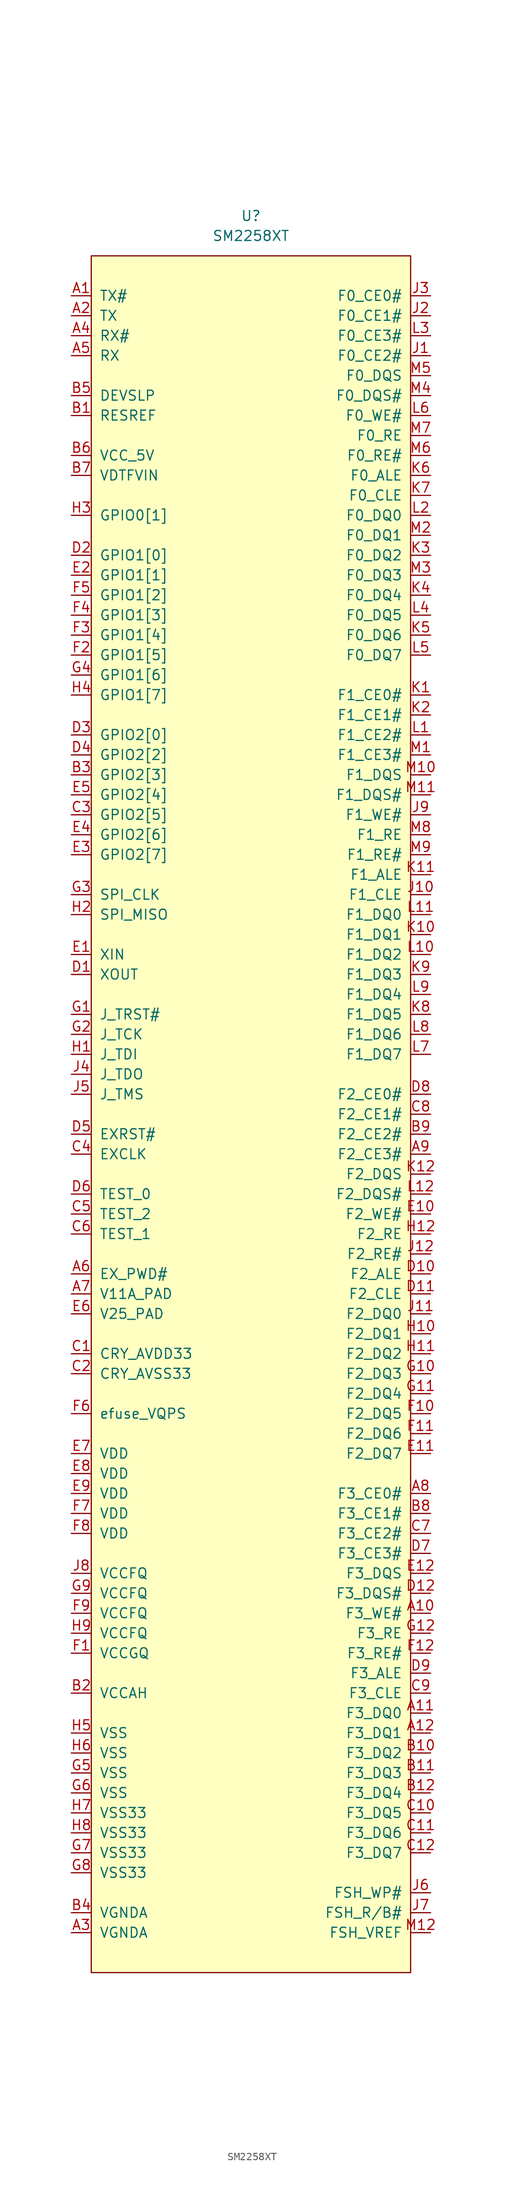
<source format=kicad_sym>
(kicad_symbol_lib
  (version 20210619)
  (generator kicad_symbol_editor)
  (symbol "symbols:SM2258XT"
    (pin_names
      (offset 1.016))
    (property "Reference" "U"
      (at 0 0 0)
      (effects (font (size 1.27 1.27))))
    (property "Value" "SM2258XT"
      (at 0 -2.54 0)
      (effects (font (size 1.27 1.27))))
    (symbol "SM2258XT_0_1"
      (rectangle (start -20.32 -5.08) (end 20.32 -223.52) (stroke (width 0)) (fill (type background))))
    (symbol "SM2258XT_1_1"
      (pin input line (at -22.86 -10.16 0) (length 2.54) (name "TX#" (effects (font (size 1.27 1.27)))) (number "A1" (effects (font (size 1.27 1.27)))))
      (pin input line (at 22.86 -177.8 180) (length 2.54) (name "F3_WE#" (effects (font (size 1.27 1.27)))) (number "A10" (effects (font (size 1.27 1.27)))))
      (pin input line (at 22.86 -190.5 180) (length 2.54) (name "F3_DQ0" (effects (font (size 1.27 1.27)))) (number "A11" (effects (font (size 1.27 1.27)))))
      (pin input line (at 22.86 -193.04 180) (length 2.54) (name "F3_DQ1" (effects (font (size 1.27 1.27)))) (number "A12" (effects (font (size 1.27 1.27)))))
      (pin input line (at -22.86 -12.7 0) (length 2.54) (name "TX" (effects (font (size 1.27 1.27)))) (number "A2" (effects (font (size 1.27 1.27)))))
      (pin input line (at -22.86 -218.44 0) (length 2.54) (name "VGNDA" (effects (font (size 1.27 1.27)))) (number "A3" (effects (font (size 1.27 1.27)))))
      (pin input line (at -22.86 -15.24 0) (length 2.54) (name "RX#" (effects (font (size 1.27 1.27)))) (number "A4" (effects (font (size 1.27 1.27)))))
      (pin input line (at -22.86 -17.78 0) (length 2.54) (name "RX" (effects (font (size 1.27 1.27)))) (number "A5" (effects (font (size 1.27 1.27)))))
      (pin input line (at -22.86 -134.62 0) (length 2.54) (name "EX_PWD#" (effects (font (size 1.27 1.27)))) (number "A6" (effects (font (size 1.27 1.27)))))
      (pin input line (at -22.86 -137.16 0) (length 2.54) (name "V11A_PAD" (effects (font (size 1.27 1.27)))) (number "A7" (effects (font (size 1.27 1.27)))))
      (pin input line (at 22.86 -162.56 180) (length 2.54) (name "F3_CE0#" (effects (font (size 1.27 1.27)))) (number "A8" (effects (font (size 1.27 1.27)))))
      (pin input line (at 22.86 -119.38 180) (length 2.54) (name "F2_CE3#" (effects (font (size 1.27 1.27)))) (number "A9" (effects (font (size 1.27 1.27)))))
      (pin input line (at -22.86 -25.4 0) (length 2.54) (name "RESREF" (effects (font (size 1.27 1.27)))) (number "B1" (effects (font (size 1.27 1.27)))))
      (pin input line (at 22.86 -195.58 180) (length 2.54) (name "F3_DQ2" (effects (font (size 1.27 1.27)))) (number "B10" (effects (font (size 1.27 1.27)))))
      (pin input line (at 22.86 -198.12 180) (length 2.54) (name "F3_DQ3" (effects (font (size 1.27 1.27)))) (number "B11" (effects (font (size 1.27 1.27)))))
      (pin input line (at 22.86 -200.66 180) (length 2.54) (name "F3_DQ4" (effects (font (size 1.27 1.27)))) (number "B12" (effects (font (size 1.27 1.27)))))
      (pin input line (at -22.86 -187.96 0) (length 2.54) (name "VCCAH" (effects (font (size 1.27 1.27)))) (number "B2" (effects (font (size 1.27 1.27)))))
      (pin input line (at -22.86 -71.12 0) (length 2.54) (name "GPIO2[3]" (effects (font (size 1.27 1.27)))) (number "B3" (effects (font (size 1.27 1.27)))))
      (pin input line (at -22.86 -215.9 0) (length 2.54) (name "VGNDA" (effects (font (size 1.27 1.27)))) (number "B4" (effects (font (size 1.27 1.27)))))
      (pin input line (at -22.86 -22.86 0) (length 2.54) (name "DEVSLP" (effects (font (size 1.27 1.27)))) (number "B5" (effects (font (size 1.27 1.27)))))
      (pin input line (at -22.86 -30.48 0) (length 2.54) (name "VCC_5V" (effects (font (size 1.27 1.27)))) (number "B6" (effects (font (size 1.27 1.27)))))
      (pin input line (at -22.86 -33.02 0) (length 2.54) (name "VDTFVIN" (effects (font (size 1.27 1.27)))) (number "B7" (effects (font (size 1.27 1.27)))))
      (pin input line (at 22.86 -165.1 180) (length 2.54) (name "F3_CE1#" (effects (font (size 1.27 1.27)))) (number "B8" (effects (font (size 1.27 1.27)))))
      (pin input line (at 22.86 -116.84 180) (length 2.54) (name "F2_CE2#" (effects (font (size 1.27 1.27)))) (number "B9" (effects (font (size 1.27 1.27)))))
      (pin input line (at -22.86 -144.78 0) (length 2.54) (name "CRY_AVDD33" (effects (font (size 1.27 1.27)))) (number "C1" (effects (font (size 1.27 1.27)))))
      (pin input line (at 22.86 -203.2 180) (length 2.54) (name "F3_DQ5" (effects (font (size 1.27 1.27)))) (number "C10" (effects (font (size 1.27 1.27)))))
      (pin input line (at 22.86 -205.74 180) (length 2.54) (name "F3_DQ6" (effects (font (size 1.27 1.27)))) (number "C11" (effects (font (size 1.27 1.27)))))
      (pin input line (at 22.86 -208.28 180) (length 2.54) (name "F3_DQ7" (effects (font (size 1.27 1.27)))) (number "C12" (effects (font (size 1.27 1.27)))))
      (pin input line (at -22.86 -147.32 0) (length 2.54) (name "CRY_AVSS33" (effects (font (size 1.27 1.27)))) (number "C2" (effects (font (size 1.27 1.27)))))
      (pin input line (at -22.86 -76.2 0) (length 2.54) (name "GPIO2[5]" (effects (font (size 1.27 1.27)))) (number "C3" (effects (font (size 1.27 1.27)))))
      (pin input line (at -22.86 -119.38 0) (length 2.54) (name "EXCLK" (effects (font (size 1.27 1.27)))) (number "C4" (effects (font (size 1.27 1.27)))))
      (pin input line (at -22.86 -127 0) (length 2.54) (name "TEST_2" (effects (font (size 1.27 1.27)))) (number "C5" (effects (font (size 1.27 1.27)))))
      (pin input line (at -22.86 -129.54 0) (length 2.54) (name "TEST_1" (effects (font (size 1.27 1.27)))) (number "C6" (effects (font (size 1.27 1.27)))))
      (pin input line (at 22.86 -167.64 180) (length 2.54) (name "F3_CE2#" (effects (font (size 1.27 1.27)))) (number "C7" (effects (font (size 1.27 1.27)))))
      (pin input line (at 22.86 -114.3 180) (length 2.54) (name "F2_CE1#" (effects (font (size 1.27 1.27)))) (number "C8" (effects (font (size 1.27 1.27)))))
      (pin input line (at 22.86 -187.96 180) (length 2.54) (name "F3_CLE" (effects (font (size 1.27 1.27)))) (number "C9" (effects (font (size 1.27 1.27)))))
      (pin input line (at -22.86 -96.52 0) (length 2.54) (name "XOUT" (effects (font (size 1.27 1.27)))) (number "D1" (effects (font (size 1.27 1.27)))))
      (pin input line (at 22.86 -134.62 180) (length 2.54) (name "F2_ALE" (effects (font (size 1.27 1.27)))) (number "D10" (effects (font (size 1.27 1.27)))))
      (pin input line (at 22.86 -137.16 180) (length 2.54) (name "F2_CLE" (effects (font (size 1.27 1.27)))) (number "D11" (effects (font (size 1.27 1.27)))))
      (pin input line (at 22.86 -175.26 180) (length 2.54) (name "F3_DQS#" (effects (font (size 1.27 1.27)))) (number "D12" (effects (font (size 1.27 1.27)))))
      (pin input line (at -22.86 -43.18 0) (length 2.54) (name "GPIO1[0]" (effects (font (size 1.27 1.27)))) (number "D2" (effects (font (size 1.27 1.27)))))
      (pin input line (at -22.86 -66.04 0) (length 2.54) (name "GPIO2[0]" (effects (font (size 1.27 1.27)))) (number "D3" (effects (font (size 1.27 1.27)))))
      (pin input line (at -22.86 -68.58 0) (length 2.54) (name "GPIO2[2]" (effects (font (size 1.27 1.27)))) (number "D4" (effects (font (size 1.27 1.27)))))
      (pin input line (at -22.86 -116.84 0) (length 2.54) (name "EXRST#" (effects (font (size 1.27 1.27)))) (number "D5" (effects (font (size 1.27 1.27)))))
      (pin input line (at -22.86 -124.46 0) (length 2.54) (name "TEST_0" (effects (font (size 1.27 1.27)))) (number "D6" (effects (font (size 1.27 1.27)))))
      (pin input line (at 22.86 -170.18 180) (length 2.54) (name "F3_CE3#" (effects (font (size 1.27 1.27)))) (number "D7" (effects (font (size 1.27 1.27)))))
      (pin input line (at 22.86 -111.76 180) (length 2.54) (name "F2_CE0#" (effects (font (size 1.27 1.27)))) (number "D8" (effects (font (size 1.27 1.27)))))
      (pin input line (at 22.86 -185.42 180) (length 2.54) (name "F3_ALE" (effects (font (size 1.27 1.27)))) (number "D9" (effects (font (size 1.27 1.27)))))
      (pin input line (at -22.86 -93.98 0) (length 2.54) (name "XIN" (effects (font (size 1.27 1.27)))) (number "E1" (effects (font (size 1.27 1.27)))))
      (pin input line (at 22.86 -127 180) (length 2.54) (name "F2_WE#" (effects (font (size 1.27 1.27)))) (number "E10" (effects (font (size 1.27 1.27)))))
      (pin input line (at 22.86 -157.48 180) (length 2.54) (name "F2_DQ7" (effects (font (size 1.27 1.27)))) (number "E11" (effects (font (size 1.27 1.27)))))
      (pin input line (at 22.86 -172.72 180) (length 2.54) (name "F3_DQS" (effects (font (size 1.27 1.27)))) (number "E12" (effects (font (size 1.27 1.27)))))
      (pin input line (at -22.86 -45.72 0) (length 2.54) (name "GPIO1[1]" (effects (font (size 1.27 1.27)))) (number "E2" (effects (font (size 1.27 1.27)))))
      (pin input line (at -22.86 -81.28 0) (length 2.54) (name "GPIO2[7]" (effects (font (size 1.27 1.27)))) (number "E3" (effects (font (size 1.27 1.27)))))
      (pin input line (at -22.86 -78.74 0) (length 2.54) (name "GPIO2[6]" (effects (font (size 1.27 1.27)))) (number "E4" (effects (font (size 1.27 1.27)))))
      (pin input line (at -22.86 -73.66 0) (length 2.54) (name "GPIO2[4]" (effects (font (size 1.27 1.27)))) (number "E5" (effects (font (size 1.27 1.27)))))
      (pin input line (at -22.86 -139.7 0) (length 2.54) (name "V25_PAD" (effects (font (size 1.27 1.27)))) (number "E6" (effects (font (size 1.27 1.27)))))
      (pin input line (at -22.86 -157.48 0) (length 2.54) (name "VDD" (effects (font (size 1.27 1.27)))) (number "E7" (effects (font (size 1.27 1.27)))))
      (pin input line (at -22.86 -160.02 0) (length 2.54) (name "VDD" (effects (font (size 1.27 1.27)))) (number "E8" (effects (font (size 1.27 1.27)))))
      (pin input line (at -22.86 -162.56 0) (length 2.54) (name "VDD" (effects (font (size 1.27 1.27)))) (number "E9" (effects (font (size 1.27 1.27)))))
      (pin input line (at -22.86 -182.88 0) (length 2.54) (name "VCCGQ" (effects (font (size 1.27 1.27)))) (number "F1" (effects (font (size 1.27 1.27)))))
      (pin input line (at 22.86 -152.4 180) (length 2.54) (name "F2_DQ5" (effects (font (size 1.27 1.27)))) (number "F10" (effects (font (size 1.27 1.27)))))
      (pin input line (at 22.86 -154.94 180) (length 2.54) (name "F2_DQ6" (effects (font (size 1.27 1.27)))) (number "F11" (effects (font (size 1.27 1.27)))))
      (pin input line (at 22.86 -182.88 180) (length 2.54) (name "F3_RE#" (effects (font (size 1.27 1.27)))) (number "F12" (effects (font (size 1.27 1.27)))))
      (pin input line (at -22.86 -55.88 0) (length 2.54) (name "GPIO1[5]" (effects (font (size 1.27 1.27)))) (number "F2" (effects (font (size 1.27 1.27)))))
      (pin input line (at -22.86 -53.34 0) (length 2.54) (name "GPIO1[4]" (effects (font (size 1.27 1.27)))) (number "F3" (effects (font (size 1.27 1.27)))))
      (pin input line (at -22.86 -50.8 0) (length 2.54) (name "GPIO1[3]" (effects (font (size 1.27 1.27)))) (number "F4" (effects (font (size 1.27 1.27)))))
      (pin input line (at -22.86 -48.26 0) (length 2.54) (name "GPIO1[2]" (effects (font (size 1.27 1.27)))) (number "F5" (effects (font (size 1.27 1.27)))))
      (pin input line (at -22.86 -152.4 0) (length 2.54) (name "efuse_VQPS" (effects (font (size 1.27 1.27)))) (number "F6" (effects (font (size 1.27 1.27)))))
      (pin input line (at -22.86 -165.1 0) (length 2.54) (name "VDD" (effects (font (size 1.27 1.27)))) (number "F7" (effects (font (size 1.27 1.27)))))
      (pin input line (at -22.86 -167.64 0) (length 2.54) (name "VDD" (effects (font (size 1.27 1.27)))) (number "F8" (effects (font (size 1.27 1.27)))))
      (pin input line (at -22.86 -177.8 0) (length 2.54) (name "VCCFQ" (effects (font (size 1.27 1.27)))) (number "F9" (effects (font (size 1.27 1.27)))))
      (pin input line (at -22.86 -101.6 0) (length 2.54) (name "J_TRST#" (effects (font (size 1.27 1.27)))) (number "G1" (effects (font (size 1.27 1.27)))))
      (pin input line (at 22.86 -147.32 180) (length 2.54) (name "F2_DQ3" (effects (font (size 1.27 1.27)))) (number "G10" (effects (font (size 1.27 1.27)))))
      (pin input line (at 22.86 -149.86 180) (length 2.54) (name "F2_DQ4" (effects (font (size 1.27 1.27)))) (number "G11" (effects (font (size 1.27 1.27)))))
      (pin input line (at 22.86 -180.34 180) (length 2.54) (name "F3_RE" (effects (font (size 1.27 1.27)))) (number "G12" (effects (font (size 1.27 1.27)))))
      (pin input line (at -22.86 -104.14 0) (length 2.54) (name "J_TCK" (effects (font (size 1.27 1.27)))) (number "G2" (effects (font (size 1.27 1.27)))))
      (pin input line (at -22.86 -86.36 0) (length 2.54) (name "SPI_CLK" (effects (font (size 1.27 1.27)))) (number "G3" (effects (font (size 1.27 1.27)))))
      (pin input line (at -22.86 -58.42 0) (length 2.54) (name "GPIO1[6]" (effects (font (size 1.27 1.27)))) (number "G4" (effects (font (size 1.27 1.27)))))
      (pin input line (at -22.86 -198.12 0) (length 2.54) (name "VSS" (effects (font (size 1.27 1.27)))) (number "G5" (effects (font (size 1.27 1.27)))))
      (pin input line (at -22.86 -200.66 0) (length 2.54) (name "VSS" (effects (font (size 1.27 1.27)))) (number "G6" (effects (font (size 1.27 1.27)))))
      (pin input line (at -22.86 -208.28 0) (length 2.54) (name "VSS33" (effects (font (size 1.27 1.27)))) (number "G7" (effects (font (size 1.27 1.27)))))
      (pin input line (at -22.86 -210.82 0) (length 2.54) (name "VSS33" (effects (font (size 1.27 1.27)))) (number "G8" (effects (font (size 1.27 1.27)))))
      (pin input line (at -22.86 -175.26 0) (length 2.54) (name "VCCFQ" (effects (font (size 1.27 1.27)))) (number "G9" (effects (font (size 1.27 1.27)))))
      (pin input line (at -22.86 -106.68 0) (length 2.54) (name "J_TDI" (effects (font (size 1.27 1.27)))) (number "H1" (effects (font (size 1.27 1.27)))))
      (pin input line (at 22.86 -142.24 180) (length 2.54) (name "F2_DQ1" (effects (font (size 1.27 1.27)))) (number "H10" (effects (font (size 1.27 1.27)))))
      (pin input line (at 22.86 -144.78 180) (length 2.54) (name "F2_DQ2" (effects (font (size 1.27 1.27)))) (number "H11" (effects (font (size 1.27 1.27)))))
      (pin input line (at 22.86 -129.54 180) (length 2.54) (name "F2_RE" (effects (font (size 1.27 1.27)))) (number "H12" (effects (font (size 1.27 1.27)))))
      (pin input line (at -22.86 -88.9 0) (length 2.54) (name "SPI_MISO" (effects (font (size 1.27 1.27)))) (number "H2" (effects (font (size 1.27 1.27)))))
      (pin input line (at -22.86 -38.1 0) (length 2.54) (name "GPIO0[1]" (effects (font (size 1.27 1.27)))) (number "H3" (effects (font (size 1.27 1.27)))))
      (pin input line (at -22.86 -60.96 0) (length 2.54) (name "GPIO1[7]" (effects (font (size 1.27 1.27)))) (number "H4" (effects (font (size 1.27 1.27)))))
      (pin input line (at -22.86 -193.04 0) (length 2.54) (name "VSS" (effects (font (size 1.27 1.27)))) (number "H5" (effects (font (size 1.27 1.27)))))
      (pin input line (at -22.86 -195.58 0) (length 2.54) (name "VSS" (effects (font (size 1.27 1.27)))) (number "H6" (effects (font (size 1.27 1.27)))))
      (pin input line (at -22.86 -203.2 0) (length 2.54) (name "VSS33" (effects (font (size 1.27 1.27)))) (number "H7" (effects (font (size 1.27 1.27)))))
      (pin input line (at -22.86 -205.74 0) (length 2.54) (name "VSS33" (effects (font (size 1.27 1.27)))) (number "H8" (effects (font (size 1.27 1.27)))))
      (pin input line (at -22.86 -180.34 0) (length 2.54) (name "VCCFQ" (effects (font (size 1.27 1.27)))) (number "H9" (effects (font (size 1.27 1.27)))))
      (pin input line (at 22.86 -17.78 180) (length 2.54) (name "F0_CE2#" (effects (font (size 1.27 1.27)))) (number "J1" (effects (font (size 1.27 1.27)))))
      (pin input line (at 22.86 -86.36 180) (length 2.54) (name "F1_CLE" (effects (font (size 1.27 1.27)))) (number "J10" (effects (font (size 1.27 1.27)))))
      (pin input line (at 22.86 -139.7 180) (length 2.54) (name "F2_DQ0" (effects (font (size 1.27 1.27)))) (number "J11" (effects (font (size 1.27 1.27)))))
      (pin input line (at 22.86 -132.08 180) (length 2.54) (name "F2_RE#" (effects (font (size 1.27 1.27)))) (number "J12" (effects (font (size 1.27 1.27)))))
      (pin input line (at 22.86 -12.7 180) (length 2.54) (name "F0_CE1#" (effects (font (size 1.27 1.27)))) (number "J2" (effects (font (size 1.27 1.27)))))
      (pin input line (at 22.86 -10.16 180) (length 2.54) (name "F0_CE0#" (effects (font (size 1.27 1.27)))) (number "J3" (effects (font (size 1.27 1.27)))))
      (pin input line (at -22.86 -109.22 0) (length 2.54) (name "J_TDO" (effects (font (size 1.27 1.27)))) (number "J4" (effects (font (size 1.27 1.27)))))
      (pin input line (at -22.86 -111.76 0) (length 2.54) (name "J_TMS" (effects (font (size 1.27 1.27)))) (number "J5" (effects (font (size 1.27 1.27)))))
      (pin input line (at 22.86 -213.36 180) (length 2.54) (name "FSH_WP#" (effects (font (size 1.27 1.27)))) (number "J6" (effects (font (size 1.27 1.27)))))
      (pin input line (at 22.86 -215.9 180) (length 2.54) (name "FSH_R/B#" (effects (font (size 1.27 1.27)))) (number "J7" (effects (font (size 1.27 1.27)))))
      (pin input line (at -22.86 -172.72 0) (length 2.54) (name "VCCFQ" (effects (font (size 1.27 1.27)))) (number "J8" (effects (font (size 1.27 1.27)))))
      (pin input line (at 22.86 -76.2 180) (length 2.54) (name "F1_WE#" (effects (font (size 1.27 1.27)))) (number "J9" (effects (font (size 1.27 1.27)))))
      (pin input line (at 22.86 -60.96 180) (length 2.54) (name "F1_CE0#" (effects (font (size 1.27 1.27)))) (number "K1" (effects (font (size 1.27 1.27)))))
      (pin input line (at 22.86 -91.44 180) (length 2.54) (name "F1_DQ1" (effects (font (size 1.27 1.27)))) (number "K10" (effects (font (size 1.27 1.27)))))
      (pin input line (at 22.86 -83.82 180) (length 2.54) (name "F1_ALE" (effects (font (size 1.27 1.27)))) (number "K11" (effects (font (size 1.27 1.27)))))
      (pin input line (at 22.86 -121.92 180) (length 2.54) (name "F2_DQS" (effects (font (size 1.27 1.27)))) (number "K12" (effects (font (size 1.27 1.27)))))
      (pin input line (at 22.86 -63.5 180) (length 2.54) (name "F1_CE1#" (effects (font (size 1.27 1.27)))) (number "K2" (effects (font (size 1.27 1.27)))))
      (pin input line (at 22.86 -43.18 180) (length 2.54) (name "F0_DQ2" (effects (font (size 1.27 1.27)))) (number "K3" (effects (font (size 1.27 1.27)))))
      (pin input line (at 22.86 -48.26 180) (length 2.54) (name "F0_DQ4" (effects (font (size 1.27 1.27)))) (number "K4" (effects (font (size 1.27 1.27)))))
      (pin input line (at 22.86 -53.34 180) (length 2.54) (name "F0_DQ6" (effects (font (size 1.27 1.27)))) (number "K5" (effects (font (size 1.27 1.27)))))
      (pin input line (at 22.86 -33.02 180) (length 2.54) (name "F0_ALE" (effects (font (size 1.27 1.27)))) (number "K6" (effects (font (size 1.27 1.27)))))
      (pin input line (at 22.86 -35.56 180) (length 2.54) (name "F0_CLE" (effects (font (size 1.27 1.27)))) (number "K7" (effects (font (size 1.27 1.27)))))
      (pin input line (at 22.86 -101.6 180) (length 2.54) (name "F1_DQ5" (effects (font (size 1.27 1.27)))) (number "K8" (effects (font (size 1.27 1.27)))))
      (pin input line (at 22.86 -96.52 180) (length 2.54) (name "F1_DQ3" (effects (font (size 1.27 1.27)))) (number "K9" (effects (font (size 1.27 1.27)))))
      (pin input line (at 22.86 -66.04 180) (length 2.54) (name "F1_CE2#" (effects (font (size 1.27 1.27)))) (number "L1" (effects (font (size 1.27 1.27)))))
      (pin input line (at 22.86 -93.98 180) (length 2.54) (name "F1_DQ2" (effects (font (size 1.27 1.27)))) (number "L10" (effects (font (size 1.27 1.27)))))
      (pin input line (at 22.86 -88.9 180) (length 2.54) (name "F1_DQ0" (effects (font (size 1.27 1.27)))) (number "L11" (effects (font (size 1.27 1.27)))))
      (pin input line (at 22.86 -124.46 180) (length 2.54) (name "F2_DQS#" (effects (font (size 1.27 1.27)))) (number "L12" (effects (font (size 1.27 1.27)))))
      (pin input line (at 22.86 -38.1 180) (length 2.54) (name "F0_DQ0" (effects (font (size 1.27 1.27)))) (number "L2" (effects (font (size 1.27 1.27)))))
      (pin input line (at 22.86 -15.24 180) (length 2.54) (name "F0_CE3#" (effects (font (size 1.27 1.27)))) (number "L3" (effects (font (size 1.27 1.27)))))
      (pin input line (at 22.86 -50.8 180) (length 2.54) (name "F0_DQ5" (effects (font (size 1.27 1.27)))) (number "L4" (effects (font (size 1.27 1.27)))))
      (pin input line (at 22.86 -55.88 180) (length 2.54) (name "F0_DQ7" (effects (font (size 1.27 1.27)))) (number "L5" (effects (font (size 1.27 1.27)))))
      (pin input line (at 22.86 -25.4 180) (length 2.54) (name "F0_WE#" (effects (font (size 1.27 1.27)))) (number "L6" (effects (font (size 1.27 1.27)))))
      (pin input line (at 22.86 -106.68 180) (length 2.54) (name "F1_DQ7" (effects (font (size 1.27 1.27)))) (number "L7" (effects (font (size 1.27 1.27)))))
      (pin input line (at 22.86 -104.14 180) (length 2.54) (name "F1_DQ6" (effects (font (size 1.27 1.27)))) (number "L8" (effects (font (size 1.27 1.27)))))
      (pin input line (at 22.86 -99.06 180) (length 2.54) (name "F1_DQ4" (effects (font (size 1.27 1.27)))) (number "L9" (effects (font (size 1.27 1.27)))))
      (pin input line (at 22.86 -68.58 180) (length 2.54) (name "F1_CE3#" (effects (font (size 1.27 1.27)))) (number "M1" (effects (font (size 1.27 1.27)))))
      (pin input line (at 22.86 -71.12 180) (length 2.54) (name "F1_DQS" (effects (font (size 1.27 1.27)))) (number "M10" (effects (font (size 1.27 1.27)))))
      (pin input line (at 22.86 -73.66 180) (length 2.54) (name "F1_DQS#" (effects (font (size 1.27 1.27)))) (number "M11" (effects (font (size 1.27 1.27)))))
      (pin input line (at 22.86 -218.44 180) (length 2.54) (name "FSH_VREF" (effects (font (size 1.27 1.27)))) (number "M12" (effects (font (size 1.27 1.27)))))
      (pin input line (at 22.86 -40.64 180) (length 2.54) (name "F0_DQ1" (effects (font (size 1.27 1.27)))) (number "M2" (effects (font (size 1.27 1.27)))))
      (pin input line (at 22.86 -45.72 180) (length 2.54) (name "F0_DQ3" (effects (font (size 1.27 1.27)))) (number "M3" (effects (font (size 1.27 1.27)))))
      (pin input line (at 22.86 -22.86 180) (length 2.54) (name "F0_DQS#" (effects (font (size 1.27 1.27)))) (number "M4" (effects (font (size 1.27 1.27)))))
      (pin input line (at 22.86 -20.32 180) (length 2.54) (name "F0_DQS" (effects (font (size 1.27 1.27)))) (number "M5" (effects (font (size 1.27 1.27)))))
      (pin input line (at 22.86 -30.48 180) (length 2.54) (name "F0_RE#" (effects (font (size 1.27 1.27)))) (number "M6" (effects (font (size 1.27 1.27)))))
      (pin input line (at 22.86 -27.94 180) (length 2.54) (name "F0_RE" (effects (font (size 1.27 1.27)))) (number "M7" (effects (font (size 1.27 1.27)))))
      (pin input line (at 22.86 -78.74 180) (length 2.54) (name "F1_RE" (effects (font (size 1.27 1.27)))) (number "M8" (effects (font (size 1.27 1.27)))))
      (pin input line (at 22.86 -81.28 180) (length 2.54) (name "F1_RE#" (effects (font (size 1.27 1.27)))) (number "M9" (effects (font (size 1.27 1.27))))))))
</source>
